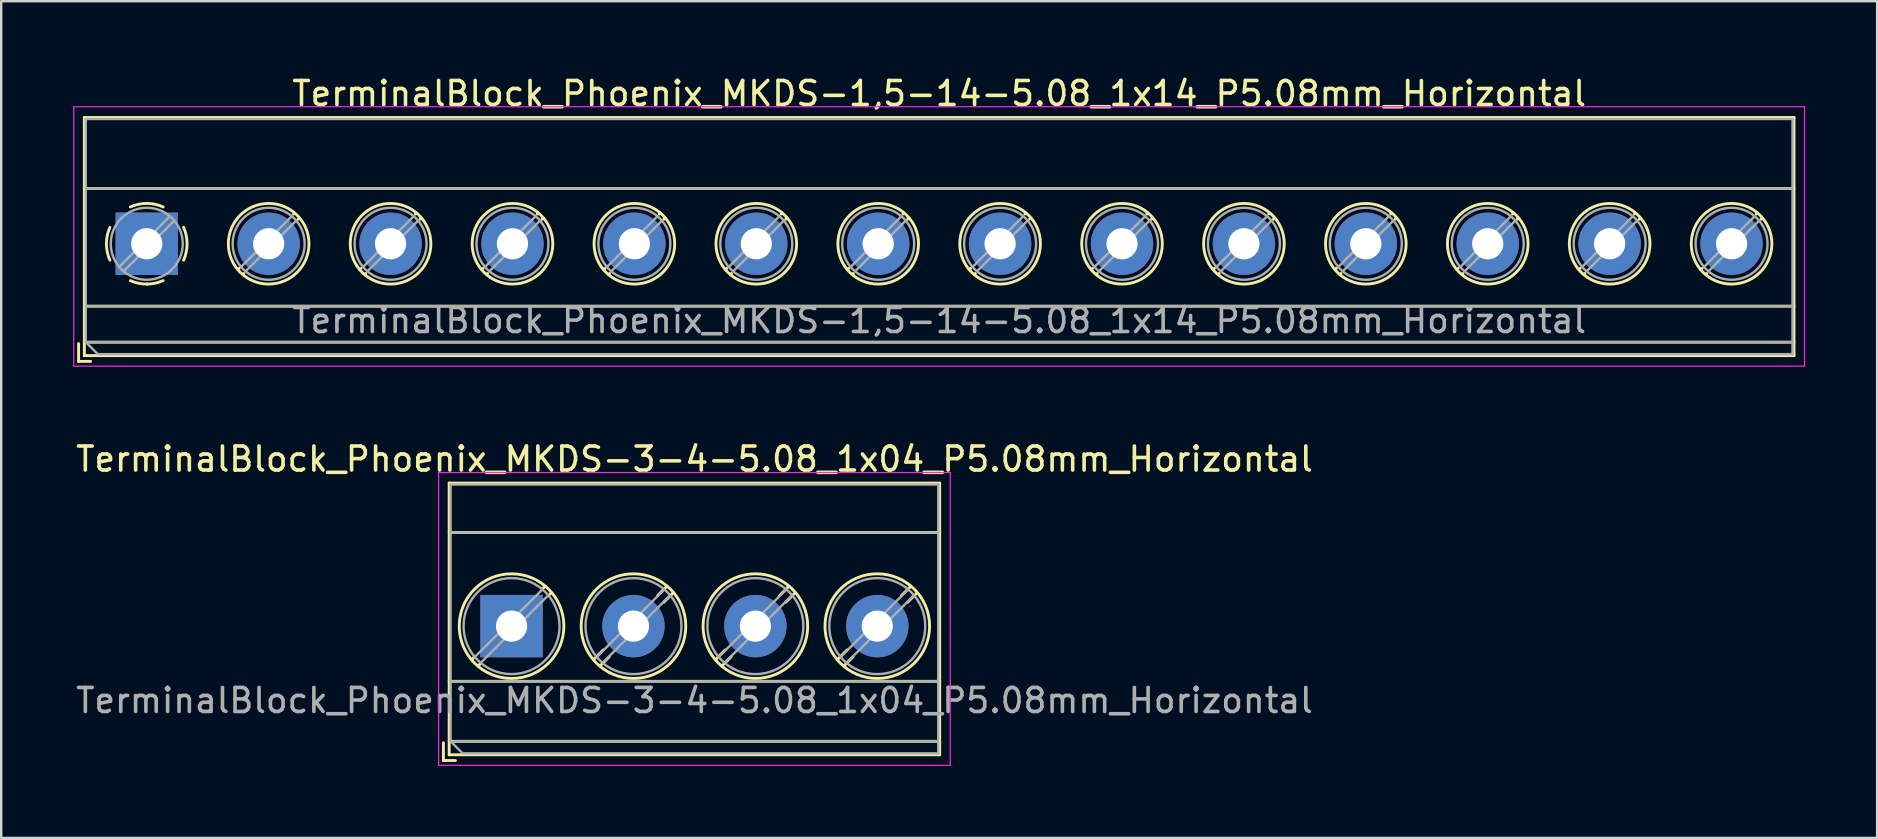
<source format=kicad_pcb>
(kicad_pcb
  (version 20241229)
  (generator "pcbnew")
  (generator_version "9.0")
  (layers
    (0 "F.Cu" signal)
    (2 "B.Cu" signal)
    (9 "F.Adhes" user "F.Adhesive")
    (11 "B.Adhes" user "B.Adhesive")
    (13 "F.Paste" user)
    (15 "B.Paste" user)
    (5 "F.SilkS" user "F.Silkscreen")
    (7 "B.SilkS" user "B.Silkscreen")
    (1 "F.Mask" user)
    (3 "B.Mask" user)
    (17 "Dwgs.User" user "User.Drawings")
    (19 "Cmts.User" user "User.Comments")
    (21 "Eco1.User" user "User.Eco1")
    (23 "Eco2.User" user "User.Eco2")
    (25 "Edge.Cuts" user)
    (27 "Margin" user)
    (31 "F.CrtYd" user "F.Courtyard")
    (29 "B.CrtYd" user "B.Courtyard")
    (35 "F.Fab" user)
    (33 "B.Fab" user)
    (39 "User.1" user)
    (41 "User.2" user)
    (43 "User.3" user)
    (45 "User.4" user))
  (footprint "TerminalBlock_Phoenix_MKDS-3-4-5.08_1x04_P5.08mm_Horizontal"
    (layer "F.Cu")
    (at 18.267 23.041)
    (property "Reference" "TerminalBlock_Phoenix_MKDS-3-4-5.08_1x04_P5.08mm_Horizontal" (at 7.62 -6.96 0) (layer "F.SilkS") (effects (font (size 1 1) (thickness 0.15))))
    (attr through_hole)
    (fp_line (start -2.84 4.86) (end -2.84 5.6) (stroke (width 0.12) (type solid)) (layer "F.SilkS"))
    (fp_line (start -2.84 5.6) (end -2.34 5.6) (stroke (width 0.12) (type solid)) (layer "F.SilkS"))
    (fp_line (start -2.6 -5.96) (end -2.6 5.36) (stroke (width 0.12) (type solid)) (layer "F.SilkS"))
    (fp_line (start -2.6 -5.96) (end 17.84 -5.96) (stroke (width 0.12) (type solid)) (layer "F.SilkS"))
    (fp_line (start -2.6 -3.9) (end 17.84 -3.9) (stroke (width 0.12) (type solid)) (layer "F.SilkS"))
    (fp_line (start -2.6 2.3) (end 17.84 2.3) (stroke (width 0.12) (type solid)) (layer "F.SilkS"))
    (fp_line (start -2.6 4.8) (end 17.84 4.8) (stroke (width 0.12) (type solid)) (layer "F.SilkS"))
    (fp_line (start -2.6 5.36) (end 17.84 5.36) (stroke (width 0.12) (type solid)) (layer "F.SilkS"))
    (fp_line (start -1.548 1.281) (end -1.654 1.388) (stroke (width 0.12) (type solid)) (layer "F.SilkS"))
    (fp_line (start -1.282 1.547) (end -1.388 1.654) (stroke (width 0.12) (type solid)) (layer "F.SilkS"))
    (fp_line (start 1.388 -1.654) (end 1.281 -1.547) (stroke (width 0.12) (type solid)) (layer "F.SilkS"))
    (fp_line (start 1.654 -1.388) (end 1.547 -1.281) (stroke (width 0.12) (type solid)) (layer "F.SilkS"))
    (fp_line (start 3.822 0.992) (end 3.427 1.388) (stroke (width 0.12) (type solid)) (layer "F.SilkS"))
    (fp_line (start 4.073 1.274) (end 3.693 1.654) (stroke (width 0.12) (type solid)) (layer "F.SilkS"))
    (fp_line (start 6.468 -1.654) (end 6.088 -1.274) (stroke (width 0.12) (type solid)) (layer "F.SilkS"))
    (fp_line (start 6.734 -1.388) (end 6.339 -0.992) (stroke (width 0.12) (type solid)) (layer "F.SilkS"))
    (fp_line (start 8.902 0.992) (end 8.507 1.388) (stroke (width 0.12) (type solid)) (layer "F.SilkS"))
    (fp_line (start 9.153 1.274) (end 8.773 1.654) (stroke (width 0.12) (type solid)) (layer "F.SilkS"))
    (fp_line (start 11.548 -1.654) (end 11.168 -1.274) (stroke (width 0.12) (type solid)) (layer "F.SilkS"))
    (fp_line (start 11.814 -1.388) (end 11.419 -0.992) (stroke (width 0.12) (type solid)) (layer "F.SilkS"))
    (fp_line (start 13.982 0.992) (end 13.587 1.388) (stroke (width 0.12) (type solid)) (layer "F.SilkS"))
    (fp_line (start 14.233 1.274) (end 13.853 1.654) (stroke (width 0.12) (type solid)) (layer "F.SilkS"))
    (fp_line (start 16.628 -1.654) (end 16.248 -1.274) (stroke (width 0.12) (type solid)) (layer "F.SilkS"))
    (fp_line (start 16.894 -1.388) (end 16.499 -0.992) (stroke (width 0.12) (type solid)) (layer "F.SilkS"))
    (fp_line (start 17.84 -5.96) (end 17.84 5.36) (stroke (width 0.12) (type solid)) (layer "F.SilkS"))
    (fp_circle (center 0 0) (end 2.18 0) (stroke (width 0.12) (type solid)) (fill no) (layer "F.SilkS"))
    (fp_circle (center 5.08 0) (end 7.26 0) (stroke (width 0.12) (type solid)) (fill no) (layer "F.SilkS"))
    (fp_circle (center 10.16 0) (end 12.34 0) (stroke (width 0.12) (type solid)) (fill no) (layer "F.SilkS"))
    (fp_circle (center 15.24 0) (end 17.42 0) (stroke (width 0.12) (type solid)) (fill no) (layer "F.SilkS"))
    (fp_line (start -3.04 -6.4) (end -3.04 5.8) (stroke (width 0.05) (type solid)) (layer "F.CrtYd"))
    (fp_line (start -3.04 5.8) (end 18.28 5.8) (stroke (width 0.05) (type solid)) (layer "F.CrtYd"))
    (fp_line (start 18.28 -6.4) (end -3.04 -6.4) (stroke (width 0.05) (type solid)) (layer "F.CrtYd"))
    (fp_line (start 18.28 5.8) (end 18.28 -6.4) (stroke (width 0.05) (type solid)) (layer "F.CrtYd"))
    (fp_line (start -2.54 -5.9) (end 17.78 -5.9) (stroke (width 0.1) (type solid)) (layer "F.Fab"))
    (fp_line (start -2.54 -3.9) (end 17.78 -3.9) (stroke (width 0.1) (type solid)) (layer "F.Fab"))
    (fp_line (start -2.54 2.3) (end 17.78 2.3) (stroke (width 0.1) (type solid)) (layer "F.Fab"))
    (fp_line (start -2.54 4.8) (end -2.54 -5.9) (stroke (width 0.1) (type solid)) (layer "F.Fab"))
    (fp_line (start -2.54 4.8) (end 17.78 4.8) (stroke (width 0.1) (type solid)) (layer "F.Fab"))
    (fp_line (start -2.04 5.3) (end -2.54 4.8) (stroke (width 0.1) (type solid)) (layer "F.Fab"))
    (fp_line (start 1.273 -1.517) (end -1.517 1.273) (stroke (width 0.1) (type solid)) (layer "F.Fab"))
    (fp_line (start 1.517 -1.273) (end -1.273 1.517) (stroke (width 0.1) (type solid)) (layer "F.Fab"))
    (fp_line (start 6.353 -1.517) (end 3.564 1.273) (stroke (width 0.1) (type solid)) (layer "F.Fab"))
    (fp_line (start 6.597 -1.273) (end 3.808 1.517) (stroke (width 0.1) (type solid)) (layer "F.Fab"))
    (fp_line (start 11.433 -1.517) (end 8.644 1.273) (stroke (width 0.1) (type solid)) (layer "F.Fab"))
    (fp_line (start 11.677 -1.273) (end 8.888 1.517) (stroke (width 0.1) (type solid)) (layer "F.Fab"))
    (fp_line (start 16.513 -1.517) (end 13.724 1.273) (stroke (width 0.1) (type solid)) (layer "F.Fab"))
    (fp_line (start 16.757 -1.273) (end 13.968 1.517) (stroke (width 0.1) (type solid)) (layer "F.Fab"))
    (fp_line (start 17.78 -5.9) (end 17.78 5.3) (stroke (width 0.1) (type solid)) (layer "F.Fab"))
    (fp_line (start 17.78 5.3) (end -2.04 5.3) (stroke (width 0.1) (type solid)) (layer "F.Fab"))
    (fp_circle (center 0 0) (end 2 0) (stroke (width 0.1) (type solid)) (fill no) (layer "F.Fab"))
    (fp_circle (center 5.08 0) (end 7.08 0) (stroke (width 0.1) (type solid)) (fill no) (layer "F.Fab"))
    (fp_circle (center 10.16 0) (end 12.16 0) (stroke (width 0.1) (type solid)) (fill no) (layer "F.Fab"))
    (fp_circle (center 15.24 0) (end 17.24 0) (stroke (width 0.1) (type solid)) (fill no) (layer "F.Fab"))
    (fp_text user "${REFERENCE}" (at 7.62 3.1 0) (layer "F.Fab") (effects (font (size 1 1) (thickness 0.15))))
    (pad "1" thru_hole rect (at 0 0) (size 2.6 2.6) (drill 1.3) (layers "*.Cu" "*.Mask"))
    (pad "2" thru_hole circle (at 5.08 0) (size 2.6 2.6) (drill 1.3) (layers "*.Cu" "*.Mask"))
    (pad "3" thru_hole circle (at 10.16 0) (size 2.6 2.6) (drill 1.3) (layers "*.Cu" "*.Mask"))
    (pad "4" thru_hole circle (at 15.24 0) (size 2.6 2.6) (drill 1.3) (layers "*.Cu" "*.Mask")))
  (footprint "TerminalBlock_Phoenix_MKDS-1,5-14-5.08_1x14_P5.08mm_Horizontal"
    (layer "F.Cu")
    (at 3.065 7.108)
    (property "Reference" "TerminalBlock_Phoenix_MKDS-1,5-14-5.08_1x14_P5.08mm_Horizontal" (at 33.02 -6.26 0) (layer "F.SilkS") (effects (font (size 1 1) (thickness 0.15))))
    (attr through_hole)
    (fp_line (start -2.84 4.16) (end -2.84 4.9) (stroke (width 0.12) (type solid)) (layer "F.SilkS"))
    (fp_line (start -2.84 4.9) (end -2.34 4.9) (stroke (width 0.12) (type solid)) (layer "F.SilkS"))
    (fp_line (start -2.6 -5.261) (end -2.6 4.66) (stroke (width 0.12) (type solid)) (layer "F.SilkS"))
    (fp_line (start -2.6 -5.261) (end 68.641 -5.261) (stroke (width 0.12) (type solid)) (layer "F.SilkS"))
    (fp_line (start -2.6 -2.301) (end 68.641 -2.301) (stroke (width 0.12) (type solid)) (layer "F.SilkS"))
    (fp_line (start -2.6 2.6) (end 68.641 2.6) (stroke (width 0.12) (type solid)) (layer "F.SilkS"))
    (fp_line (start -2.6 4.1) (end 68.641 4.1) (stroke (width 0.12) (type solid)) (layer "F.SilkS"))
    (fp_line (start -2.6 4.66) (end 68.641 4.66) (stroke (width 0.12) (type solid)) (layer "F.SilkS"))
    (fp_line (start 3.853 1.023) (end 3.806 1.069) (stroke (width 0.12) (type solid)) (layer "F.SilkS"))
    (fp_line (start 4.046 1.239) (end 4.011 1.274) (stroke (width 0.12) (type solid)) (layer "F.SilkS"))
    (fp_line (start 6.15 -1.275) (end 6.115 -1.239) (stroke (width 0.12) (type solid)) (layer "F.SilkS"))
    (fp_line (start 6.355 -1.069) (end 6.308 -1.023) (stroke (width 0.12) (type solid)) (layer "F.SilkS"))
    (fp_line (start 8.933 1.023) (end 8.886 1.069) (stroke (width 0.12) (type solid)) (layer "F.SilkS"))
    (fp_line (start 9.126 1.239) (end 9.091 1.274) (stroke (width 0.12) (type solid)) (layer "F.SilkS"))
    (fp_line (start 11.23 -1.275) (end 11.195 -1.239) (stroke (width 0.12) (type solid)) (layer "F.SilkS"))
    (fp_line (start 11.435 -1.069) (end 11.388 -1.023) (stroke (width 0.12) (type solid)) (layer "F.SilkS"))
    (fp_line (start 14.013 1.023) (end 13.966 1.069) (stroke (width 0.12) (type solid)) (layer "F.SilkS"))
    (fp_line (start 14.206 1.239) (end 14.171 1.274) (stroke (width 0.12) (type solid)) (layer "F.SilkS"))
    (fp_line (start 16.31 -1.275) (end 16.275 -1.239) (stroke (width 0.12) (type solid)) (layer "F.SilkS"))
    (fp_line (start 16.515 -1.069) (end 16.468 -1.023) (stroke (width 0.12) (type solid)) (layer "F.SilkS"))
    (fp_line (start 19.093 1.023) (end 19.046 1.069) (stroke (width 0.12) (type solid)) (layer "F.SilkS"))
    (fp_line (start 19.286 1.239) (end 19.251 1.274) (stroke (width 0.12) (type solid)) (layer "F.SilkS"))
    (fp_line (start 21.39 -1.275) (end 21.355 -1.239) (stroke (width 0.12) (type solid)) (layer "F.SilkS"))
    (fp_line (start 21.595 -1.069) (end 21.548 -1.023) (stroke (width 0.12) (type solid)) (layer "F.SilkS"))
    (fp_line (start 24.173 1.023) (end 24.126 1.069) (stroke (width 0.12) (type solid)) (layer "F.SilkS"))
    (fp_line (start 24.366 1.239) (end 24.331 1.274) (stroke (width 0.12) (type solid)) (layer "F.SilkS"))
    (fp_line (start 26.47 -1.275) (end 26.435 -1.239) (stroke (width 0.12) (type solid)) (layer "F.SilkS"))
    (fp_line (start 26.675 -1.069) (end 26.628 -1.023) (stroke (width 0.12) (type solid)) (layer "F.SilkS"))
    (fp_line (start 29.253 1.023) (end 29.206 1.069) (stroke (width 0.12) (type solid)) (layer "F.SilkS"))
    (fp_line (start 29.446 1.239) (end 29.411 1.274) (stroke (width 0.12) (type solid)) (layer "F.SilkS"))
    (fp_line (start 31.55 -1.275) (end 31.515 -1.239) (stroke (width 0.12) (type solid)) (layer "F.SilkS"))
    (fp_line (start 31.755 -1.069) (end 31.708 -1.023) (stroke (width 0.12) (type solid)) (layer "F.SilkS"))
    (fp_line (start 34.333 1.023) (end 34.286 1.069) (stroke (width 0.12) (type solid)) (layer "F.SilkS"))
    (fp_line (start 34.526 1.239) (end 34.491 1.274) (stroke (width 0.12) (type solid)) (layer "F.SilkS"))
    (fp_line (start 36.63 -1.275) (end 36.595 -1.239) (stroke (width 0.12) (type solid)) (layer "F.SilkS"))
    (fp_line (start 36.835 -1.069) (end 36.788 -1.023) (stroke (width 0.12) (type solid)) (layer "F.SilkS"))
    (fp_line (start 39.413 1.023) (end 39.366 1.069) (stroke (width 0.12) (type solid)) (layer "F.SilkS"))
    (fp_line (start 39.606 1.239) (end 39.571 1.274) (stroke (width 0.12) (type solid)) (layer "F.SilkS"))
    (fp_line (start 41.71 -1.275) (end 41.675 -1.239) (stroke (width 0.12) (type solid)) (layer "F.SilkS"))
    (fp_line (start 41.915 -1.069) (end 41.868 -1.023) (stroke (width 0.12) (type solid)) (layer "F.SilkS"))
    (fp_line (start 44.493 1.023) (end 44.446 1.069) (stroke (width 0.12) (type solid)) (layer "F.SilkS"))
    (fp_line (start 44.686 1.239) (end 44.651 1.274) (stroke (width 0.12) (type solid)) (layer "F.SilkS"))
    (fp_line (start 46.79 -1.275) (end 46.755 -1.239) (stroke (width 0.12) (type solid)) (layer "F.SilkS"))
    (fp_line (start 46.995 -1.069) (end 46.948 -1.023) (stroke (width 0.12) (type solid)) (layer "F.SilkS"))
    (fp_line (start 49.573 1.023) (end 49.526 1.069) (stroke (width 0.12) (type solid)) (layer "F.SilkS"))
    (fp_line (start 49.766 1.239) (end 49.731 1.274) (stroke (width 0.12) (type solid)) (layer "F.SilkS"))
    (fp_line (start 51.87 -1.275) (end 51.835 -1.239) (stroke (width 0.12) (type solid)) (layer "F.SilkS"))
    (fp_line (start 52.075 -1.069) (end 52.028 -1.023) (stroke (width 0.12) (type solid)) (layer "F.SilkS"))
    (fp_line (start 54.653 1.023) (end 54.606 1.069) (stroke (width 0.12) (type solid)) (layer "F.SilkS"))
    (fp_line (start 54.846 1.239) (end 54.811 1.274) (stroke (width 0.12) (type solid)) (layer "F.SilkS"))
    (fp_line (start 56.95 -1.275) (end 56.915 -1.239) (stroke (width 0.12) (type solid)) (layer "F.SilkS"))
    (fp_line (start 57.155 -1.069) (end 57.108 -1.023) (stroke (width 0.12) (type solid)) (layer "F.SilkS"))
    (fp_line (start 59.733 1.023) (end 59.686 1.069) (stroke (width 0.12) (type solid)) (layer "F.SilkS"))
    (fp_line (start 59.926 1.239) (end 59.891 1.274) (stroke (width 0.12) (type solid)) (layer "F.SilkS"))
    (fp_line (start 62.03 -1.275) (end 61.995 -1.239) (stroke (width 0.12) (type solid)) (layer "F.SilkS"))
    (fp_line (start 62.235 -1.069) (end 62.188 -1.023) (stroke (width 0.12) (type solid)) (layer "F.SilkS"))
    (fp_line (start 64.813 1.023) (end 64.766 1.069) (stroke (width 0.12) (type solid)) (layer "F.SilkS"))
    (fp_line (start 65.006 1.239) (end 64.971 1.274) (stroke (width 0.12) (type solid)) (layer "F.SilkS"))
    (fp_line (start 67.11 -1.275) (end 67.075 -1.239) (stroke (width 0.12) (type solid)) (layer "F.SilkS"))
    (fp_line (start 67.315 -1.069) (end 67.268 -1.023) (stroke (width 0.12) (type solid)) (layer "F.SilkS"))
    (fp_line (start 68.641 -5.261) (end 68.641 4.66) (stroke (width 0.12) (type solid)) (layer "F.SilkS"))
    (fp_arc (start -1.535427 0.683042) (mid -1.680501 -0.000524) (end -1.535 -0.684) (stroke (width 0.12) (type solid)) (layer "F.SilkS"))
    (fp_arc (start -0.683042 -1.535427) (mid 0.000524 -1.680501) (end 0.684 -1.535) (stroke (width 0.12) (type solid)) (layer "F.SilkS"))
    (fp_arc (start 0.028805 1.680253) (mid -0.335551 1.646659) (end -0.684 1.535) (stroke (width 0.12) (type solid)) (layer "F.SilkS"))
    (fp_arc (start 0.683318 1.534756) (mid 0.349292 1.643288) (end 0 1.68) (stroke (width 0.12) (type solid)) (layer "F.SilkS"))
    (fp_arc (start 1.535427 -0.683042) (mid 1.680501 0.000524) (end 1.535 0.684) (stroke (width 0.12) (type solid)) (layer "F.SilkS"))
    (fp_circle (center 5.08 0) (end 6.76 0) (stroke (width 0.12) (type solid)) (fill no) (layer "F.SilkS"))
    (fp_circle (center 10.16 0) (end 11.84 0) (stroke (width 0.12) (type solid)) (fill no) (layer "F.SilkS"))
    (fp_circle (center 15.24 0) (end 16.92 0) (stroke (width 0.12) (type solid)) (fill no) (layer "F.SilkS"))
    (fp_circle (center 20.32 0) (end 22 0) (stroke (width 0.12) (type solid)) (fill no) (layer "F.SilkS"))
    (fp_circle (center 25.4 0) (end 27.08 0) (stroke (width 0.12) (type solid)) (fill no) (layer "F.SilkS"))
    (fp_circle (center 30.48 0) (end 32.16 0) (stroke (width 0.12) (type solid)) (fill no) (layer "F.SilkS"))
    (fp_circle (center 35.56 0) (end 37.24 0) (stroke (width 0.12) (type solid)) (fill no) (layer "F.SilkS"))
    (fp_circle (center 40.64 0) (end 42.32 0) (stroke (width 0.12) (type solid)) (fill no) (layer "F.SilkS"))
    (fp_circle (center 45.72 0) (end 47.4 0) (stroke (width 0.12) (type solid)) (fill no) (layer "F.SilkS"))
    (fp_circle (center 50.8 0) (end 52.48 0) (stroke (width 0.12) (type solid)) (fill no) (layer "F.SilkS"))
    (fp_circle (center 55.88 0) (end 57.56 0) (stroke (width 0.12) (type solid)) (fill no) (layer "F.SilkS"))
    (fp_circle (center 60.96 0) (end 62.64 0) (stroke (width 0.12) (type solid)) (fill no) (layer "F.SilkS"))
    (fp_circle (center 66.04 0) (end 67.72 0) (stroke (width 0.12) (type solid)) (fill no) (layer "F.SilkS"))
    (fp_line (start -3.04 -5.71) (end -3.04 5.1) (stroke (width 0.05) (type solid)) (layer "F.CrtYd"))
    (fp_line (start -3.04 5.1) (end 69.08 5.1) (stroke (width 0.05) (type solid)) (layer "F.CrtYd"))
    (fp_line (start 69.08 -5.71) (end -3.04 -5.71) (stroke (width 0.05) (type solid)) (layer "F.CrtYd"))
    (fp_line (start 69.08 5.1) (end 69.08 -5.71) (stroke (width 0.05) (type solid)) (layer "F.CrtYd"))
    (fp_line (start -2.54 -5.2) (end 68.58 -5.2) (stroke (width 0.1) (type solid)) (layer "F.Fab"))
    (fp_line (start -2.54 -2.3) (end 68.58 -2.3) (stroke (width 0.1) (type solid)) (layer "F.Fab"))
    (fp_line (start -2.54 2.6) (end 68.58 2.6) (stroke (width 0.1) (type solid)) (layer "F.Fab"))
    (fp_line (start -2.54 4.1) (end -2.54 -5.2) (stroke (width 0.1) (type solid)) (layer "F.Fab"))
    (fp_line (start -2.54 4.1) (end 68.58 4.1) (stroke (width 0.1) (type solid)) (layer "F.Fab"))
    (fp_line (start -2.04 4.6) (end -2.54 4.1) (stroke (width 0.1) (type solid)) (layer "F.Fab"))
    (fp_line (start 0.955 -1.138) (end -1.138 0.955) (stroke (width 0.1) (type solid)) (layer "F.Fab"))
    (fp_line (start 1.138 -0.955) (end -0.955 1.138) (stroke (width 0.1) (type solid)) (layer "F.Fab"))
    (fp_line (start 6.035 -1.138) (end 3.943 0.955) (stroke (width 0.1) (type solid)) (layer "F.Fab"))
    (fp_line (start 6.218 -0.955) (end 4.126 1.138) (stroke (width 0.1) (type solid)) (layer "F.Fab"))
    (fp_line (start 11.115 -1.138) (end 9.023 0.955) (stroke (width 0.1) (type solid)) (layer "F.Fab"))
    (fp_line (start 11.298 -0.955) (end 9.206 1.138) (stroke (width 0.1) (type solid)) (layer "F.Fab"))
    (fp_line (start 16.195 -1.138) (end 14.103 0.955) (stroke (width 0.1) (type solid)) (layer "F.Fab"))
    (fp_line (start 16.378 -0.955) (end 14.286 1.138) (stroke (width 0.1) (type solid)) (layer "F.Fab"))
    (fp_line (start 21.275 -1.138) (end 19.183 0.955) (stroke (width 0.1) (type solid)) (layer "F.Fab"))
    (fp_line (start 21.458 -0.955) (end 19.366 1.138) (stroke (width 0.1) (type solid)) (layer "F.Fab"))
    (fp_line (start 26.355 -1.138) (end 24.263 0.955) (stroke (width 0.1) (type solid)) (layer "F.Fab"))
    (fp_line (start 26.538 -0.955) (end 24.446 1.138) (stroke (width 0.1) (type solid)) (layer "F.Fab"))
    (fp_line (start 31.435 -1.138) (end 29.343 0.955) (stroke (width 0.1) (type solid)) (layer "F.Fab"))
    (fp_line (start 31.618 -0.955) (end 29.526 1.138) (stroke (width 0.1) (type solid)) (layer "F.Fab"))
    (fp_line (start 36.515 -1.138) (end 34.423 0.955) (stroke (width 0.1) (type solid)) (layer "F.Fab"))
    (fp_line (start 36.698 -0.955) (end 34.606 1.138) (stroke (width 0.1) (type solid)) (layer "F.Fab"))
    (fp_line (start 41.595 -1.138) (end 39.503 0.955) (stroke (width 0.1) (type solid)) (layer "F.Fab"))
    (fp_line (start 41.778 -0.955) (end 39.686 1.138) (stroke (width 0.1) (type solid)) (layer "F.Fab"))
    (fp_line (start 46.675 -1.138) (end 44.583 0.955) (stroke (width 0.1) (type solid)) (layer "F.Fab"))
    (fp_line (start 46.858 -0.955) (end 44.766 1.138) (stroke (width 0.1) (type solid)) (layer "F.Fab"))
    (fp_line (start 51.755 -1.138) (end 49.663 0.955) (stroke (width 0.1) (type solid)) (layer "F.Fab"))
    (fp_line (start 51.938 -0.955) (end 49.846 1.138) (stroke (width 0.1) (type solid)) (layer "F.Fab"))
    (fp_line (start 56.835 -1.138) (end 54.743 0.955) (stroke (width 0.1) (type solid)) (layer "F.Fab"))
    (fp_line (start 57.018 -0.955) (end 54.926 1.138) (stroke (width 0.1) (type solid)) (layer "F.Fab"))
    (fp_line (start 61.915 -1.138) (end 59.823 0.955) (stroke (width 0.1) (type solid)) (layer "F.Fab"))
    (fp_line (start 62.098 -0.955) (end 60.006 1.138) (stroke (width 0.1) (type solid)) (layer "F.Fab"))
    (fp_line (start 66.995 -1.138) (end 64.903 0.955) (stroke (width 0.1) (type solid)) (layer "F.Fab"))
    (fp_line (start 67.178 -0.955) (end 65.086 1.138) (stroke (width 0.1) (type solid)) (layer "F.Fab"))
    (fp_line (start 68.58 -5.2) (end 68.58 4.6) (stroke (width 0.1) (type solid)) (layer "F.Fab"))
    (fp_line (start 68.58 4.6) (end -2.04 4.6) (stroke (width 0.1) (type solid)) (layer "F.Fab"))
    (fp_circle (center 0 0) (end 1.5 0) (stroke (width 0.1) (type solid)) (fill no) (layer "F.Fab"))
    (fp_circle (center 5.08 0) (end 6.58 0) (stroke (width 0.1) (type solid)) (fill no) (layer "F.Fab"))
    (fp_circle (center 10.16 0) (end 11.66 0) (stroke (width 0.1) (type solid)) (fill no) (layer "F.Fab"))
    (fp_circle (center 15.24 0) (end 16.74 0) (stroke (width 0.1) (type solid)) (fill no) (layer "F.Fab"))
    (fp_circle (center 20.32 0) (end 21.82 0) (stroke (width 0.1) (type solid)) (fill no) (layer "F.Fab"))
    (fp_circle (center 25.4 0) (end 26.9 0) (stroke (width 0.1) (type solid)) (fill no) (layer "F.Fab"))
    (fp_circle (center 30.48 0) (end 31.98 0) (stroke (width 0.1) (type solid)) (fill no) (layer "F.Fab"))
    (fp_circle (center 35.56 0) (end 37.06 0) (stroke (width 0.1) (type solid)) (fill no) (layer "F.Fab"))
    (fp_circle (center 40.64 0) (end 42.14 0) (stroke (width 0.1) (type solid)) (fill no) (layer "F.Fab"))
    (fp_circle (center 45.72 0) (end 47.22 0) (stroke (width 0.1) (type solid)) (fill no) (layer "F.Fab"))
    (fp_circle (center 50.8 0) (end 52.3 0) (stroke (width 0.1) (type solid)) (fill no) (layer "F.Fab"))
    (fp_circle (center 55.88 0) (end 57.38 0) (stroke (width 0.1) (type solid)) (fill no) (layer "F.Fab"))
    (fp_circle (center 60.96 0) (end 62.46 0) (stroke (width 0.1) (type solid)) (fill no) (layer "F.Fab"))
    (fp_circle (center 66.04 0) (end 67.54 0) (stroke (width 0.1) (type solid)) (fill no) (layer "F.Fab"))
    (fp_text user "${REFERENCE}" (at 33.02 3.2 0) (layer "F.Fab") (effects (font (size 1 1) (thickness 0.15))))
    (pad "1" thru_hole rect (at 0 0) (size 2.6 2.6) (drill 1.3) (layers "*.Cu" "*.Mask"))
    (pad "2" thru_hole circle (at 5.08 0) (size 2.6 2.6) (drill 1.3) (layers "*.Cu" "*.Mask"))
    (pad "3" thru_hole circle (at 10.16 0) (size 2.6 2.6) (drill 1.3) (layers "*.Cu" "*.Mask"))
    (pad "4" thru_hole circle (at 15.24 0) (size 2.6 2.6) (drill 1.3) (layers "*.Cu" "*.Mask"))
    (pad "5" thru_hole circle (at 20.32 0) (size 2.6 2.6) (drill 1.3) (layers "*.Cu" "*.Mask"))
    (pad "6" thru_hole circle (at 25.4 0) (size 2.6 2.6) (drill 1.3) (layers "*.Cu" "*.Mask"))
    (pad "7" thru_hole circle (at 30.48 0) (size 2.6 2.6) (drill 1.3) (layers "*.Cu" "*.Mask"))
    (pad "8" thru_hole circle (at 35.56 0) (size 2.6 2.6) (drill 1.3) (layers "*.Cu" "*.Mask"))
    (pad "9" thru_hole circle (at 40.64 0) (size 2.6 2.6) (drill 1.3) (layers "*.Cu" "*.Mask"))
    (pad "10" thru_hole circle (at 45.72 0) (size 2.6 2.6) (drill 1.3) (layers "*.Cu" "*.Mask"))
    (pad "11" thru_hole circle (at 50.8 0) (size 2.6 2.6) (drill 1.3) (layers "*.Cu" "*.Mask"))
    (pad "12" thru_hole circle (at 55.88 0) (size 2.6 2.6) (drill 1.3) (layers "*.Cu" "*.Mask"))
    (pad "13" thru_hole circle (at 60.96 0) (size 2.6 2.6) (drill 1.3) (layers "*.Cu" "*.Mask"))
    (pad "14" thru_hole circle (at 66.04 0) (size 2.6 2.6) (drill 1.3) (layers "*.Cu" "*.Mask")))
  (gr_rect
    (start -3 -3)
    (end 75.17 31.866)
    (stroke (width 0.1) (type default))
    (fill no)
    (layer "Edge.Cuts")))
</source>
